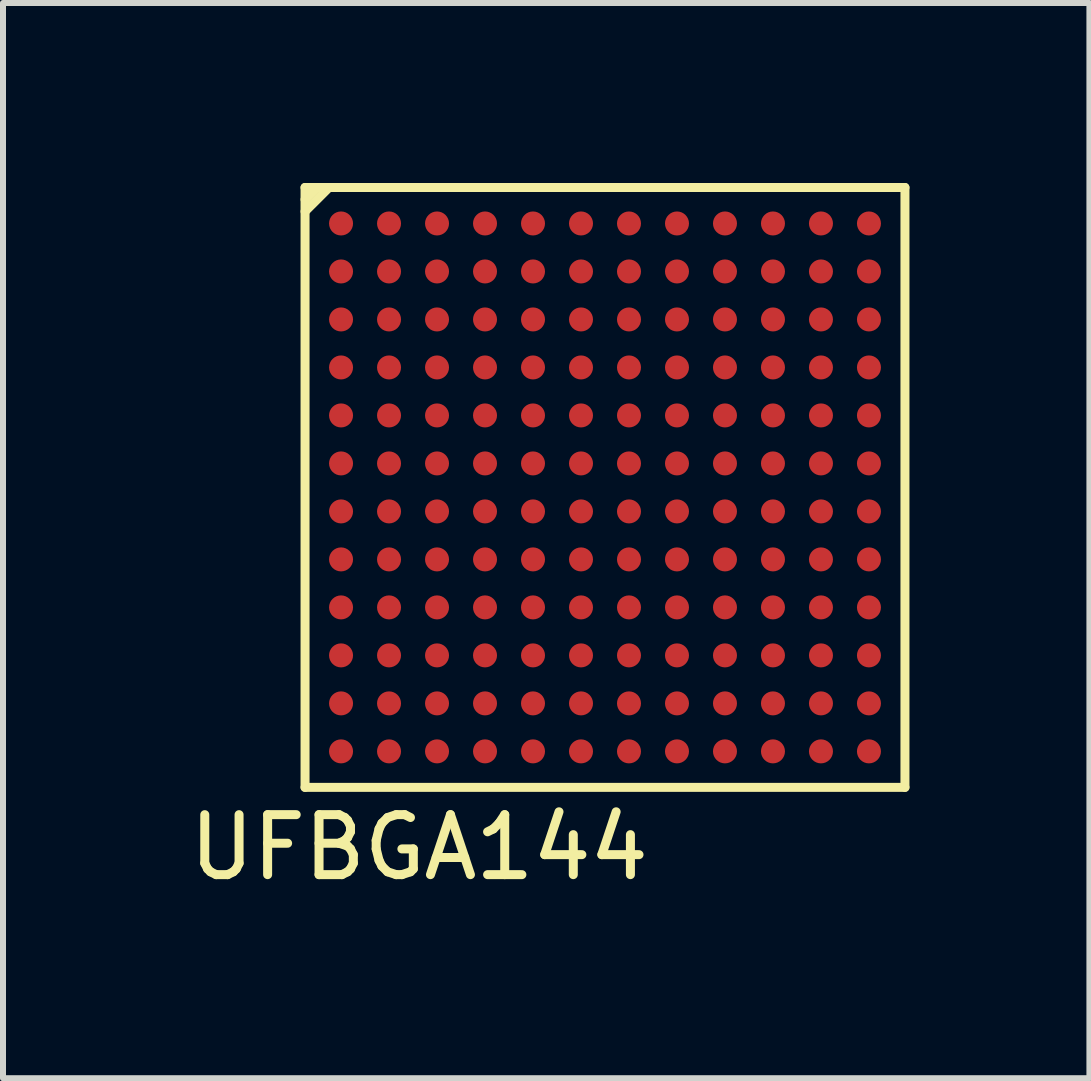
<source format=kicad_pcb>
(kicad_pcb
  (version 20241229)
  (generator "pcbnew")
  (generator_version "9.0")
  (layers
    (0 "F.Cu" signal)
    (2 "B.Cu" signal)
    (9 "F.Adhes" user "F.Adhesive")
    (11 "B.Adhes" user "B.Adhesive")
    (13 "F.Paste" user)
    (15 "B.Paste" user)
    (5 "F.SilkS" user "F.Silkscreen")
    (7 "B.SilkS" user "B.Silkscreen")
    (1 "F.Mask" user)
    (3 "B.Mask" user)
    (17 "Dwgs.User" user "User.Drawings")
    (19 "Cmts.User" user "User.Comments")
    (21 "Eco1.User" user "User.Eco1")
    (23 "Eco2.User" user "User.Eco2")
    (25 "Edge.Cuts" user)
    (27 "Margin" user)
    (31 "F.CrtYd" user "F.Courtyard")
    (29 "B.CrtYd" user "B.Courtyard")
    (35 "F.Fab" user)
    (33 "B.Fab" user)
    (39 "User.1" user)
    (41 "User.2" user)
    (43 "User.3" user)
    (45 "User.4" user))
  (footprint "UFBGA144"
    (layer "F.Cu")
    (at 7.035 5.075)
    (property "Reference" "UFBGA144" (at -3.1 6 0) (layer "F.SilkS") (effects (font (size 1 1) (thickness 0.15))))
    (attr through_hole)
    (fp_line (start -5 -5) (end -5 5) (stroke (width 0.15) (type solid)) (layer "F.SilkS"))
    (fp_line (start -5 -4.8) (end -4.8 -5) (stroke (width 0.15) (type solid)) (layer "F.SilkS"))
    (fp_line (start -5 -4.6) (end -4.6 -5) (stroke (width 0.15) (type solid)) (layer "F.SilkS"))
    (fp_line (start -5 5) (end 5 5) (stroke (width 0.15) (type solid)) (layer "F.SilkS"))
    (fp_line (start 5 -5) (end -5 -5) (stroke (width 0.15) (type solid)) (layer "F.SilkS"))
    (fp_line (start 5 5) (end 5 -5) (stroke (width 0.15) (type solid)) (layer "F.SilkS"))
    (pad "A1" smd circle (at -4.4 -4.4) (size 0.4 0.4) (layers "F.Cu" "F.Mask" "F.Paste"))
    (pad "A2" smd circle (at -3.6 -4.4) (size 0.4 0.4) (layers "F.Cu" "F.Mask" "F.Paste"))
    (pad "A3" smd circle (at -2.8 -4.4) (size 0.4 0.4) (layers "F.Cu" "F.Mask" "F.Paste"))
    (pad "A4" smd circle (at -2 -4.4) (size 0.4 0.4) (layers "F.Cu" "F.Mask" "F.Paste"))
    (pad "A5" smd circle (at -1.2 -4.4) (size 0.4 0.4) (layers "F.Cu" "F.Mask" "F.Paste"))
    (pad "A6" smd circle (at -0.4 -4.4) (size 0.4 0.4) (layers "F.Cu" "F.Mask" "F.Paste"))
    (pad "A7" smd circle (at 0.4 -4.4) (size 0.4 0.4) (layers "F.Cu" "F.Mask" "F.Paste"))
    (pad "A8" smd circle (at 1.2 -4.4) (size 0.4 0.4) (layers "F.Cu" "F.Mask" "F.Paste"))
    (pad "A9" smd circle (at 2 -4.4) (size 0.4 0.4) (layers "F.Cu" "F.Mask" "F.Paste"))
    (pad "A10" smd circle (at 2.8 -4.4) (size 0.4 0.4) (layers "F.Cu" "F.Mask" "F.Paste"))
    (pad "A11" smd circle (at 3.6 -4.4) (size 0.4 0.4) (layers "F.Cu" "F.Mask" "F.Paste"))
    (pad "A12" smd circle (at 4.4 -4.4) (size 0.4 0.4) (layers "F.Cu" "F.Mask" "F.Paste"))
    (pad "B1" smd circle (at -4.4 -3.6) (size 0.4 0.4) (layers "F.Cu" "F.Mask" "F.Paste"))
    (pad "B2" smd circle (at -3.6 -3.6) (size 0.4 0.4) (layers "F.Cu" "F.Mask" "F.Paste"))
    (pad "B3" smd circle (at -2.8 -3.6) (size 0.4 0.4) (layers "F.Cu" "F.Mask" "F.Paste"))
    (pad "B4" smd circle (at -2 -3.6) (size 0.4 0.4) (layers "F.Cu" "F.Mask" "F.Paste"))
    (pad "B5" smd circle (at -1.2 -3.6) (size 0.4 0.4) (layers "F.Cu" "F.Mask" "F.Paste"))
    (pad "B6" smd circle (at -0.4 -3.6) (size 0.4 0.4) (layers "F.Cu" "F.Mask" "F.Paste"))
    (pad "B7" smd circle (at 0.4 -3.6) (size 0.4 0.4) (layers "F.Cu" "F.Mask" "F.Paste"))
    (pad "B8" smd circle (at 1.2 -3.6) (size 0.4 0.4) (layers "F.Cu" "F.Mask" "F.Paste"))
    (pad "B9" smd circle (at 2 -3.6) (size 0.4 0.4) (layers "F.Cu" "F.Mask" "F.Paste"))
    (pad "B10" smd circle (at 2.8 -3.6) (size 0.4 0.4) (layers "F.Cu" "F.Mask" "F.Paste"))
    (pad "B11" smd circle (at 3.6 -3.6) (size 0.4 0.4) (layers "F.Cu" "F.Mask" "F.Paste"))
    (pad "B12" smd circle (at 4.4 -3.6) (size 0.4 0.4) (layers "F.Cu" "F.Mask" "F.Paste"))
    (pad "C1" smd circle (at -4.4 -2.8) (size 0.4 0.4) (layers "F.Cu" "F.Mask" "F.Paste"))
    (pad "C2" smd circle (at -3.6 -2.8) (size 0.4 0.4) (layers "F.Cu" "F.Mask" "F.Paste"))
    (pad "C3" smd circle (at -2.8 -2.8) (size 0.4 0.4) (layers "F.Cu" "F.Mask" "F.Paste"))
    (pad "C4" smd circle (at -2 -2.8) (size 0.4 0.4) (layers "F.Cu" "F.Mask" "F.Paste"))
    (pad "C5" smd circle (at -1.2 -2.8) (size 0.4 0.4) (layers "F.Cu" "F.Mask" "F.Paste"))
    (pad "C6" smd circle (at -0.4 -2.8) (size 0.4 0.4) (layers "F.Cu" "F.Mask" "F.Paste"))
    (pad "C7" smd circle (at 0.4 -2.8) (size 0.4 0.4) (layers "F.Cu" "F.Mask" "F.Paste"))
    (pad "C8" smd circle (at 1.2 -2.8) (size 0.4 0.4) (layers "F.Cu" "F.Mask" "F.Paste"))
    (pad "C9" smd circle (at 2 -2.8) (size 0.4 0.4) (layers "F.Cu" "F.Mask" "F.Paste"))
    (pad "C10" smd circle (at 2.8 -2.8) (size 0.4 0.4) (layers "F.Cu" "F.Mask" "F.Paste"))
    (pad "C11" smd circle (at 3.6 -2.8) (size 0.4 0.4) (layers "F.Cu" "F.Mask" "F.Paste"))
    (pad "C12" smd circle (at 4.4 -2.8) (size 0.4 0.4) (layers "F.Cu" "F.Mask" "F.Paste"))
    (pad "D1" smd circle (at -4.4 -2) (size 0.4 0.4) (layers "F.Cu" "F.Mask" "F.Paste"))
    (pad "D2" smd circle (at -3.6 -2) (size 0.4 0.4) (layers "F.Cu" "F.Mask" "F.Paste"))
    (pad "D3" smd circle (at -2.8 -2) (size 0.4 0.4) (layers "F.Cu" "F.Mask" "F.Paste"))
    (pad "D4" smd circle (at -2 -2) (size 0.4 0.4) (layers "F.Cu" "F.Mask" "F.Paste"))
    (pad "D5" smd circle (at -1.2 -2) (size 0.4 0.4) (layers "F.Cu" "F.Mask" "F.Paste"))
    (pad "D6" smd circle (at -0.4 -2) (size 0.4 0.4) (layers "F.Cu" "F.Mask" "F.Paste"))
    (pad "D7" smd circle (at 0.4 -2) (size 0.4 0.4) (layers "F.Cu" "F.Mask" "F.Paste"))
    (pad "D8" smd circle (at 1.2 -2) (size 0.4 0.4) (layers "F.Cu" "F.Mask" "F.Paste"))
    (pad "D9" smd circle (at 2 -2) (size 0.4 0.4) (layers "F.Cu" "F.Mask" "F.Paste"))
    (pad "D10" smd circle (at 2.8 -2) (size 0.4 0.4) (layers "F.Cu" "F.Mask" "F.Paste"))
    (pad "D11" smd circle (at 3.6 -2) (size 0.4 0.4) (layers "F.Cu" "F.Mask" "F.Paste"))
    (pad "D12" smd circle (at 4.4 -2) (size 0.4 0.4) (layers "F.Cu" "F.Mask" "F.Paste"))
    (pad "E1" smd circle (at -4.4 -1.2) (size 0.4 0.4) (layers "F.Cu" "F.Mask" "F.Paste"))
    (pad "E2" smd circle (at -3.6 -1.2) (size 0.4 0.4) (layers "F.Cu" "F.Mask" "F.Paste"))
    (pad "E3" smd circle (at -2.8 -1.2) (size 0.4 0.4) (layers "F.Cu" "F.Mask" "F.Paste"))
    (pad "E4" smd circle (at -2 -1.2) (size 0.4 0.4) (layers "F.Cu" "F.Mask" "F.Paste"))
    (pad "E5" smd circle (at -1.2 -1.2) (size 0.4 0.4) (layers "F.Cu" "F.Mask" "F.Paste"))
    (pad "E6" smd circle (at -0.4 -1.2) (size 0.4 0.4) (layers "F.Cu" "F.Mask" "F.Paste"))
    (pad "E7" smd circle (at 0.4 -1.2) (size 0.4 0.4) (layers "F.Cu" "F.Mask" "F.Paste"))
    (pad "E8" smd circle (at 1.2 -1.2) (size 0.4 0.4) (layers "F.Cu" "F.Mask" "F.Paste"))
    (pad "E9" smd circle (at 2 -1.2) (size 0.4 0.4) (layers "F.Cu" "F.Mask" "F.Paste"))
    (pad "E10" smd circle (at 2.8 -1.2) (size 0.4 0.4) (layers "F.Cu" "F.Mask" "F.Paste"))
    (pad "E11" smd circle (at 3.6 -1.2) (size 0.4 0.4) (layers "F.Cu" "F.Mask" "F.Paste"))
    (pad "E12" smd circle (at 4.4 -1.2) (size 0.4 0.4) (layers "F.Cu" "F.Mask" "F.Paste"))
    (pad "F1" smd circle (at -4.4 -0.4) (size 0.4 0.4) (layers "F.Cu" "F.Mask" "F.Paste"))
    (pad "F2" smd circle (at -3.6 -0.4) (size 0.4 0.4) (layers "F.Cu" "F.Mask" "F.Paste"))
    (pad "F3" smd circle (at -2.8 -0.4) (size 0.4 0.4) (layers "F.Cu" "F.Mask" "F.Paste"))
    (pad "F4" smd circle (at -2 -0.4) (size 0.4 0.4) (layers "F.Cu" "F.Mask" "F.Paste"))
    (pad "F5" smd circle (at -1.2 -0.4) (size 0.4 0.4) (layers "F.Cu" "F.Mask" "F.Paste"))
    (pad "F6" smd circle (at -0.4 -0.4) (size 0.4 0.4) (layers "F.Cu" "F.Mask" "F.Paste"))
    (pad "F7" smd circle (at 0.4 -0.4) (size 0.4 0.4) (layers "F.Cu" "F.Mask" "F.Paste"))
    (pad "F8" smd circle (at 1.2 -0.4) (size 0.4 0.4) (layers "F.Cu" "F.Mask" "F.Paste"))
    (pad "F9" smd circle (at 2 -0.4) (size 0.4 0.4) (layers "F.Cu" "F.Mask" "F.Paste"))
    (pad "F10" smd circle (at 2.8 -0.4) (size 0.4 0.4) (layers "F.Cu" "F.Mask" "F.Paste"))
    (pad "F11" smd circle (at 3.6 -0.4) (size 0.4 0.4) (layers "F.Cu" "F.Mask" "F.Paste"))
    (pad "F12" smd circle (at 4.4 -0.4) (size 0.4 0.4) (layers "F.Cu" "F.Mask" "F.Paste"))
    (pad "G1" smd circle (at -4.4 0.4) (size 0.4 0.4) (layers "F.Cu" "F.Mask" "F.Paste"))
    (pad "G2" smd circle (at -3.6 0.4) (size 0.4 0.4) (layers "F.Cu" "F.Mask" "F.Paste"))
    (pad "G3" smd circle (at -2.8 0.4) (size 0.4 0.4) (layers "F.Cu" "F.Mask" "F.Paste"))
    (pad "G4" smd circle (at -2 0.4) (size 0.4 0.4) (layers "F.Cu" "F.Mask" "F.Paste"))
    (pad "G5" smd circle (at -1.2 0.4) (size 0.4 0.4) (layers "F.Cu" "F.Mask" "F.Paste"))
    (pad "G6" smd circle (at -0.4 0.4) (size 0.4 0.4) (layers "F.Cu" "F.Mask" "F.Paste"))
    (pad "G7" smd circle (at 0.4 0.4) (size 0.4 0.4) (layers "F.Cu" "F.Mask" "F.Paste"))
    (pad "G8" smd circle (at 1.2 0.4) (size 0.4 0.4) (layers "F.Cu" "F.Mask" "F.Paste"))
    (pad "G9" smd circle (at 2 0.4) (size 0.4 0.4) (layers "F.Cu" "F.Mask" "F.Paste"))
    (pad "G10" smd circle (at 2.8 0.4) (size 0.4 0.4) (layers "F.Cu" "F.Mask" "F.Paste"))
    (pad "G11" smd circle (at 3.6 0.4) (size 0.4 0.4) (layers "F.Cu" "F.Mask" "F.Paste"))
    (pad "G12" smd circle (at 4.4 0.4) (size 0.4 0.4) (layers "F.Cu" "F.Mask" "F.Paste"))
    (pad "H1" smd circle (at -4.4 1.2) (size 0.4 0.4) (layers "F.Cu" "F.Mask" "F.Paste"))
    (pad "H2" smd circle (at -3.6 1.2) (size 0.4 0.4) (layers "F.Cu" "F.Mask" "F.Paste"))
    (pad "H3" smd circle (at -2.8 1.2) (size 0.4 0.4) (layers "F.Cu" "F.Mask" "F.Paste"))
    (pad "H4" smd circle (at -2 1.2) (size 0.4 0.4) (layers "F.Cu" "F.Mask" "F.Paste"))
    (pad "H5" smd circle (at -1.2 1.2) (size 0.4 0.4) (layers "F.Cu" "F.Mask" "F.Paste"))
    (pad "H6" smd circle (at -0.4 1.2) (size 0.4 0.4) (layers "F.Cu" "F.Mask" "F.Paste"))
    (pad "H7" smd circle (at 0.4 1.2) (size 0.4 0.4) (layers "F.Cu" "F.Mask" "F.Paste"))
    (pad "H8" smd circle (at 1.2 1.2) (size 0.4 0.4) (layers "F.Cu" "F.Mask" "F.Paste"))
    (pad "H9" smd circle (at 2 1.2) (size 0.4 0.4) (layers "F.Cu" "F.Mask" "F.Paste"))
    (pad "H10" smd circle (at 2.8 1.2) (size 0.4 0.4) (layers "F.Cu" "F.Mask" "F.Paste"))
    (pad "H11" smd circle (at 3.6 1.2) (size 0.4 0.4) (layers "F.Cu" "F.Mask" "F.Paste"))
    (pad "H12" smd circle (at 4.4 1.2) (size 0.4 0.4) (layers "F.Cu" "F.Mask" "F.Paste"))
    (pad "J1" smd circle (at -4.4 2) (size 0.4 0.4) (layers "F.Cu" "F.Mask" "F.Paste"))
    (pad "J2" smd circle (at -3.6 2) (size 0.4 0.4) (layers "F.Cu" "F.Mask" "F.Paste"))
    (pad "J3" smd circle (at -2.8 2) (size 0.4 0.4) (layers "F.Cu" "F.Mask" "F.Paste"))
    (pad "J4" smd circle (at -2 2) (size 0.4 0.4) (layers "F.Cu" "F.Mask" "F.Paste"))
    (pad "J5" smd circle (at -1.2 2) (size 0.4 0.4) (layers "F.Cu" "F.Mask" "F.Paste"))
    (pad "J6" smd circle (at -0.4 2) (size 0.4 0.4) (layers "F.Cu" "F.Mask" "F.Paste"))
    (pad "J7" smd circle (at 0.4 2) (size 0.4 0.4) (layers "F.Cu" "F.Mask" "F.Paste"))
    (pad "J8" smd circle (at 1.2 2) (size 0.4 0.4) (layers "F.Cu" "F.Mask" "F.Paste"))
    (pad "J9" smd circle (at 2 2) (size 0.4 0.4) (layers "F.Cu" "F.Mask" "F.Paste"))
    (pad "J10" smd circle (at 2.8 2) (size 0.4 0.4) (layers "F.Cu" "F.Mask" "F.Paste"))
    (pad "J11" smd circle (at 3.6 2) (size 0.4 0.4) (layers "F.Cu" "F.Mask" "F.Paste"))
    (pad "J12" smd circle (at 4.4 2) (size 0.4 0.4) (layers "F.Cu" "F.Mask" "F.Paste"))
    (pad "K1" smd circle (at -4.4 2.8) (size 0.4 0.4) (layers "F.Cu" "F.Mask" "F.Paste"))
    (pad "K2" smd circle (at -3.6 2.8) (size 0.4 0.4) (layers "F.Cu" "F.Mask" "F.Paste"))
    (pad "K3" smd circle (at -2.8 2.8) (size 0.4 0.4) (layers "F.Cu" "F.Mask" "F.Paste"))
    (pad "K4" smd circle (at -2 2.8) (size 0.4 0.4) (layers "F.Cu" "F.Mask" "F.Paste"))
    (pad "K5" smd circle (at -1.2 2.8) (size 0.4 0.4) (layers "F.Cu" "F.Mask" "F.Paste"))
    (pad "K6" smd circle (at -0.4 2.8) (size 0.4 0.4) (layers "F.Cu" "F.Mask" "F.Paste"))
    (pad "K7" smd circle (at 0.4 2.8) (size 0.4 0.4) (layers "F.Cu" "F.Mask" "F.Paste"))
    (pad "K8" smd circle (at 1.2 2.8) (size 0.4 0.4) (layers "F.Cu" "F.Mask" "F.Paste"))
    (pad "K9" smd circle (at 2 2.8) (size 0.4 0.4) (layers "F.Cu" "F.Mask" "F.Paste"))
    (pad "K10" smd circle (at 2.8 2.8) (size 0.4 0.4) (layers "F.Cu" "F.Mask" "F.Paste"))
    (pad "K11" smd circle (at 3.6 2.8) (size 0.4 0.4) (layers "F.Cu" "F.Mask" "F.Paste"))
    (pad "K12" smd circle (at 4.4 2.8) (size 0.4 0.4) (layers "F.Cu" "F.Mask" "F.Paste"))
    (pad "L1" smd circle (at -4.4 3.6) (size 0.4 0.4) (layers "F.Cu" "F.Mask" "F.Paste"))
    (pad "L2" smd circle (at -3.6 3.6) (size 0.4 0.4) (layers "F.Cu" "F.Mask" "F.Paste"))
    (pad "L3" smd circle (at -2.8 3.6) (size 0.4 0.4) (layers "F.Cu" "F.Mask" "F.Paste"))
    (pad "L4" smd circle (at -2 3.6) (size 0.4 0.4) (layers "F.Cu" "F.Mask" "F.Paste"))
    (pad "L5" smd circle (at -1.2 3.6) (size 0.4 0.4) (layers "F.Cu" "F.Mask" "F.Paste"))
    (pad "L6" smd circle (at -0.4 3.6) (size 0.4 0.4) (layers "F.Cu" "F.Mask" "F.Paste"))
    (pad "L7" smd circle (at 0.4 3.6) (size 0.4 0.4) (layers "F.Cu" "F.Mask" "F.Paste"))
    (pad "L8" smd circle (at 1.2 3.6) (size 0.4 0.4) (layers "F.Cu" "F.Mask" "F.Paste"))
    (pad "L9" smd circle (at 2 3.6) (size 0.4 0.4) (layers "F.Cu" "F.Mask" "F.Paste"))
    (pad "L10" smd circle (at 2.8 3.6) (size 0.4 0.4) (layers "F.Cu" "F.Mask" "F.Paste"))
    (pad "L11" smd circle (at 3.6 3.6) (size 0.4 0.4) (layers "F.Cu" "F.Mask" "F.Paste"))
    (pad "L12" smd circle (at 4.4 3.6) (size 0.4 0.4) (layers "F.Cu" "F.Mask" "F.Paste"))
    (pad "M1" smd circle (at -4.4 4.4) (size 0.4 0.4) (layers "F.Cu" "F.Mask" "F.Paste"))
    (pad "M2" smd circle (at -3.6 4.4) (size 0.4 0.4) (layers "F.Cu" "F.Mask" "F.Paste"))
    (pad "M3" smd circle (at -2.8 4.4) (size 0.4 0.4) (layers "F.Cu" "F.Mask" "F.Paste"))
    (pad "M4" smd circle (at -2 4.4) (size 0.4 0.4) (layers "F.Cu" "F.Mask" "F.Paste"))
    (pad "M5" smd circle (at -1.2 4.4) (size 0.4 0.4) (layers "F.Cu" "F.Mask" "F.Paste"))
    (pad "M6" smd circle (at -0.4 4.4) (size 0.4 0.4) (layers "F.Cu" "F.Mask" "F.Paste"))
    (pad "M7" smd circle (at 0.4 4.4) (size 0.4 0.4) (layers "F.Cu" "F.Mask" "F.Paste"))
    (pad "M8" smd circle (at 1.2 4.4) (size 0.4 0.4) (layers "F.Cu" "F.Mask" "F.Paste"))
    (pad "M9" smd circle (at 2 4.4) (size 0.4 0.4) (layers "F.Cu" "F.Mask" "F.Paste"))
    (pad "M10" smd circle (at 2.8 4.4) (size 0.4 0.4) (layers "F.Cu" "F.Mask" "F.Paste"))
    (pad "M11" smd circle (at 3.6 4.4) (size 0.4 0.4) (layers "F.Cu" "F.Mask" "F.Paste"))
    (pad "M12" smd circle (at 4.4 4.4) (size 0.4 0.4) (layers "F.Cu" "F.Mask" "F.Paste")))
  (gr_rect
    (start -3 -3)
    (end 15.11 14.923)
    (stroke (width 0.1) (type default))
    (fill no)
    (layer "Edge.Cuts")))
</source>
